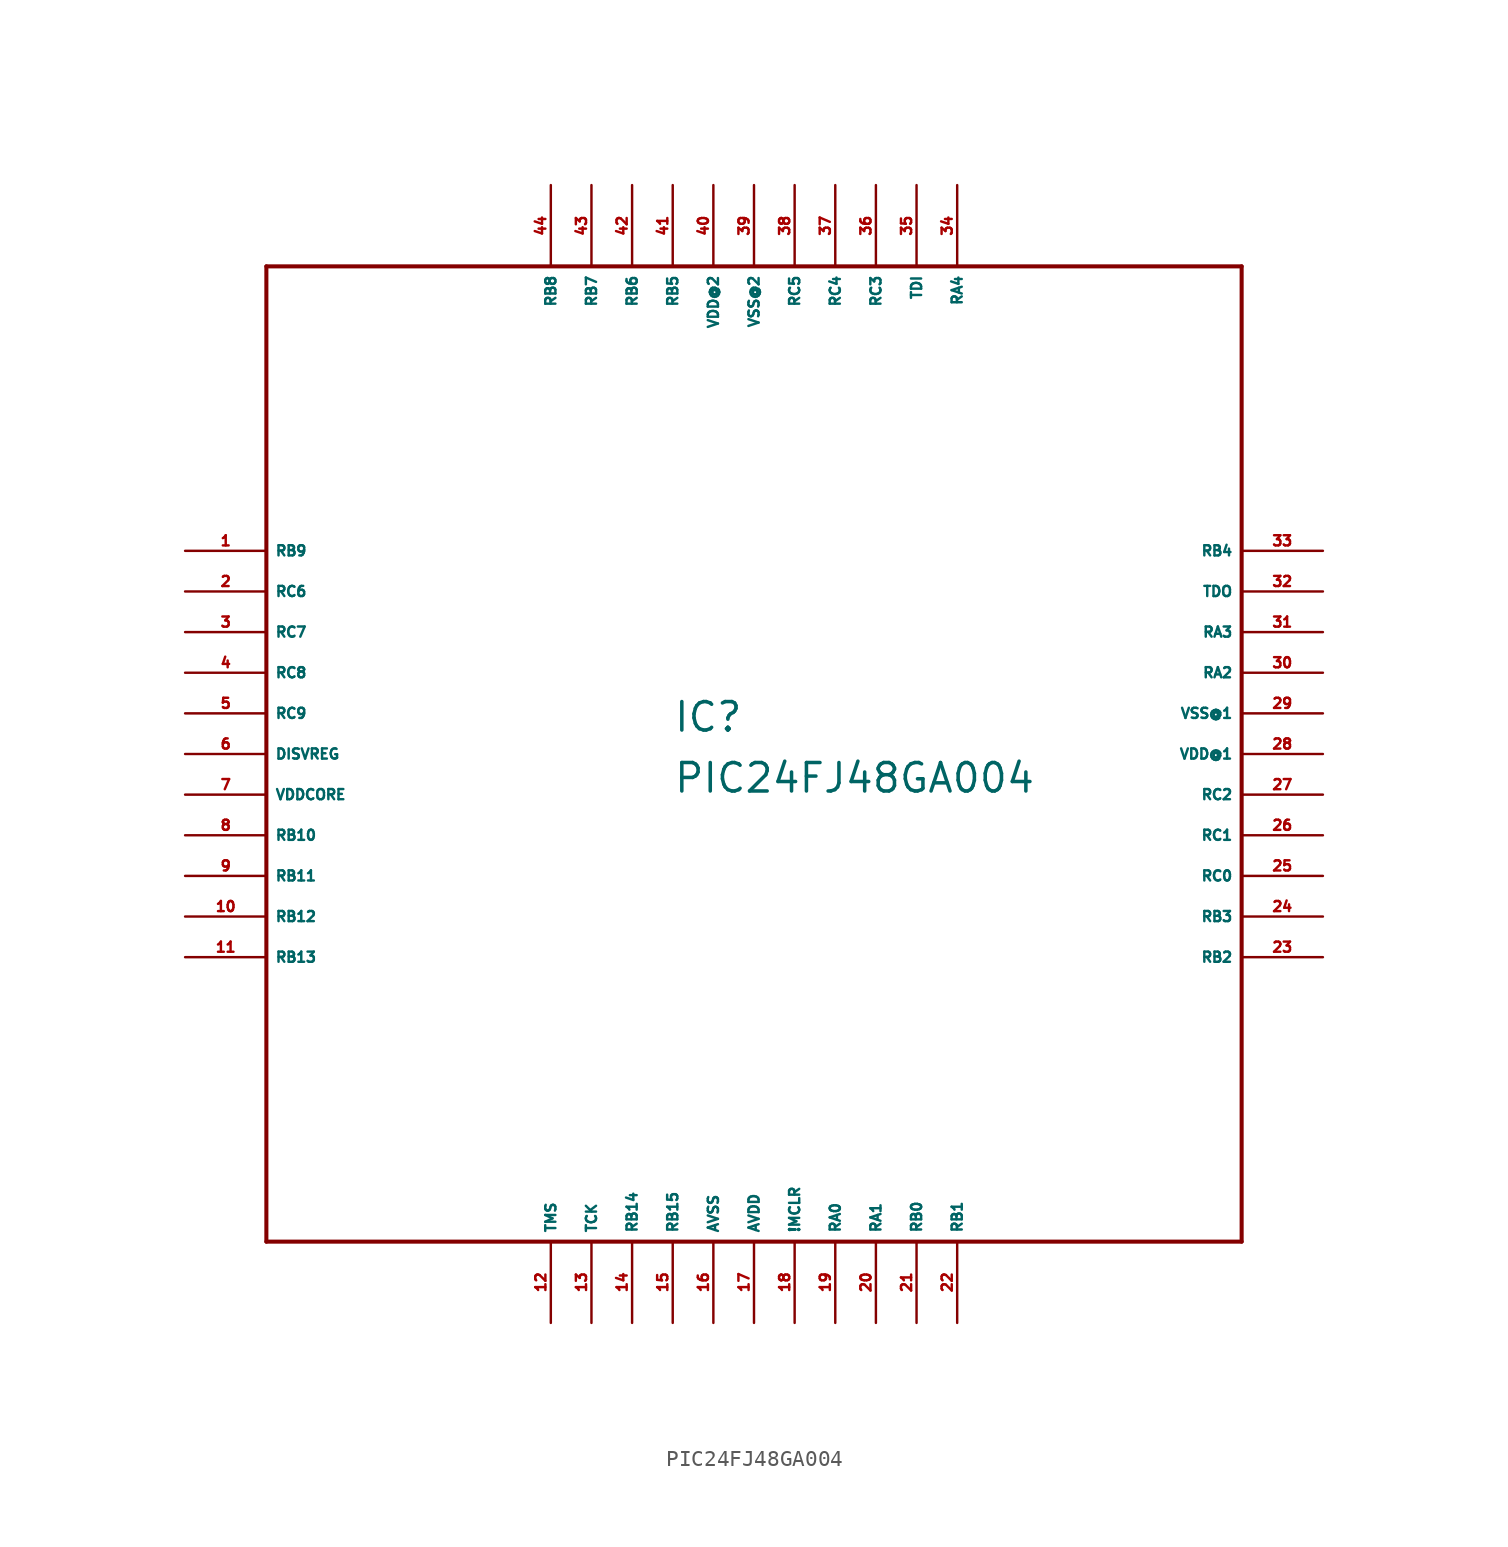
<source format=kicad_sym>
(kicad_symbol_lib
  (version 20220914)
  (generator Eagle2Kicad)
  (symbol "PIC24FJ48GA004"
    (property "Reference" "IC"
      (at -5.08 1.27 0)
      (effects (font (size 1.778 1.778) (thickness 0.22)) (justify left bottom)))
    (property "Value" "PIC24FJ48GA004"
      (at -5.08 -2.54 0)
      (effects (font (size 1.778 1.778) (thickness 0.22)) (justify left bottom)))
    (polyline
      (pts (xy -30.48 -30.48) (xy 30.48 -30.48))
      (stroke (width 0.254) (type default))
      (fill (type none)))
    (polyline
      (pts (xy 30.48 -30.48) (xy 30.48 30.48))
      (stroke (width 0.254) (type default))
      (fill (type none)))
    (polyline
      (pts (xy 30.48 30.48) (xy -30.48 30.48))
      (stroke (width 0.254) (type default))
      (fill (type none)))
    (polyline
      (pts (xy -30.48 30.48) (xy -30.48 -30.48))
      (stroke (width 0.254) (type default))
      (fill (type none)))
    (pin bidirectional line
      (at -35.56 12.7 0)
      (length 5.08)
      (name "RB9" (effects (font (size 0.635 0.635) (thickness 0.08)) (justify left bottom)))
      (number "1" (effects (font (size 0.635 0.635) (thickness 0.08)) (justify left bottom))))
    (pin bidirectional line
      (at -35.56 10.16 0)
      (length 5.08)
      (name "RC6" (effects (font (size 0.635 0.635) (thickness 0.08)) (justify left bottom)))
      (number "2" (effects (font (size 0.635 0.635) (thickness 0.08)) (justify left bottom))))
    (pin bidirectional line
      (at -35.56 7.62 0)
      (length 5.08)
      (name "RC7" (effects (font (size 0.635 0.635) (thickness 0.08)) (justify left bottom)))
      (number "3" (effects (font (size 0.635 0.635) (thickness 0.08)) (justify left bottom))))
    (pin bidirectional line
      (at -35.56 5.08 0)
      (length 5.08)
      (name "RC8" (effects (font (size 0.635 0.635) (thickness 0.08)) (justify left bottom)))
      (number "4" (effects (font (size 0.635 0.635) (thickness 0.08)) (justify left bottom))))
    (pin bidirectional line
      (at -35.56 2.54 0)
      (length 5.08)
      (name "RC9" (effects (font (size 0.635 0.635) (thickness 0.08)) (justify left bottom)))
      (number "5" (effects (font (size 0.635 0.635) (thickness 0.08)) (justify left bottom))))
    (pin passive line
      (at -35.56 0 0)
      (length 5.08)
      (name "DISVREG" (effects (font (size 0.635 0.635) (thickness 0.08)) (justify left bottom)))
      (number "6" (effects (font (size 0.635 0.635) (thickness 0.08)) (justify left bottom))))
    (pin unspecified line
      (at -35.56 -2.54 0)
      (length 5.08)
      (name "VDDCORE" (effects (font (size 0.635 0.635) (thickness 0.08)) (justify left bottom)))
      (number "7" (effects (font (size 0.635 0.635) (thickness 0.08)) (justify left bottom))))
    (pin bidirectional line
      (at -35.56 -5.08 0)
      (length 5.08)
      (name "RB10" (effects (font (size 0.635 0.635) (thickness 0.08)) (justify left bottom)))
      (number "8" (effects (font (size 0.635 0.635) (thickness 0.08)) (justify left bottom))))
    (pin bidirectional line
      (at -35.56 -7.62 0)
      (length 5.08)
      (name "RB11" (effects (font (size 0.635 0.635) (thickness 0.08)) (justify left bottom)))
      (number "9" (effects (font (size 0.635 0.635) (thickness 0.08)) (justify left bottom))))
    (pin bidirectional line
      (at -35.56 -10.16 0)
      (length 5.08)
      (name "RB12" (effects (font (size 0.635 0.635) (thickness 0.08)) (justify left bottom)))
      (number "10" (effects (font (size 0.635 0.635) (thickness 0.08)) (justify left bottom))))
    (pin bidirectional line
      (at -35.56 -12.7 0)
      (length 5.08)
      (name "RB13" (effects (font (size 0.635 0.635) (thickness 0.08)) (justify left bottom)))
      (number "11" (effects (font (size 0.635 0.635) (thickness 0.08)) (justify left bottom))))
    (pin input line
      (at -12.7 -35.56 90)
      (length 5.08)
      (name "TMS" (effects (font (size 0.635 0.635) (thickness 0.08)) (justify left bottom)))
      (number "12" (effects (font (size 0.635 0.635) (thickness 0.08)) (justify left bottom))))
    (pin input line
      (at -10.16 -35.56 90)
      (length 5.08)
      (name "TCK" (effects (font (size 0.635 0.635) (thickness 0.08)) (justify left bottom)))
      (number "13" (effects (font (size 0.635 0.635) (thickness 0.08)) (justify left bottom))))
    (pin bidirectional line
      (at -7.62 -35.56 90)
      (length 5.08)
      (name "RB14" (effects (font (size 0.635 0.635) (thickness 0.08)) (justify left bottom)))
      (number "14" (effects (font (size 0.635 0.635) (thickness 0.08)) (justify left bottom))))
    (pin bidirectional line
      (at -5.08 -35.56 90)
      (length 5.08)
      (name "RB15" (effects (font (size 0.635 0.635) (thickness 0.08)) (justify left bottom)))
      (number "15" (effects (font (size 0.635 0.635) (thickness 0.08)) (justify left bottom))))
    (pin unspecified line
      (at -2.54 -35.56 90)
      (length 5.08)
      (name "AVSS" (effects (font (size 0.635 0.635) (thickness 0.08)) (justify left bottom)))
      (number "16" (effects (font (size 0.635 0.635) (thickness 0.08)) (justify left bottom))))
    (pin unspecified line
      (at 0 -35.56 90)
      (length 5.08)
      (name "AVDD" (effects (font (size 0.635 0.635) (thickness 0.08)) (justify left bottom)))
      (number "17" (effects (font (size 0.635 0.635) (thickness 0.08)) (justify left bottom))))
    (pin bidirectional line
      (at 2.54 -35.56 90)
      (length 5.08)
      (name "!MCLR" (effects (font (size 0.635 0.635) (thickness 0.08)) (justify left bottom)))
      (number "18" (effects (font (size 0.635 0.635) (thickness 0.08)) (justify left bottom))))
    (pin bidirectional line
      (at 5.08 -35.56 90)
      (length 5.08)
      (name "RA0" (effects (font (size 0.635 0.635) (thickness 0.08)) (justify left bottom)))
      (number "19" (effects (font (size 0.635 0.635) (thickness 0.08)) (justify left bottom))))
    (pin bidirectional line
      (at 7.62 -35.56 90)
      (length 5.08)
      (name "RA1" (effects (font (size 0.635 0.635) (thickness 0.08)) (justify left bottom)))
      (number "20" (effects (font (size 0.635 0.635) (thickness 0.08)) (justify left bottom))))
    (pin bidirectional line
      (at 10.16 -35.56 90)
      (length 5.08)
      (name "RB0" (effects (font (size 0.635 0.635) (thickness 0.08)) (justify left bottom)))
      (number "21" (effects (font (size 0.635 0.635) (thickness 0.08)) (justify left bottom))))
    (pin bidirectional line
      (at 12.7 -35.56 90)
      (length 5.08)
      (name "RB1" (effects (font (size 0.635 0.635) (thickness 0.08)) (justify left bottom)))
      (number "22" (effects (font (size 0.635 0.635) (thickness 0.08)) (justify left bottom))))
    (pin bidirectional line
      (at 35.56 -12.7 180)
      (length 5.08)
      (name "RB2" (effects (font (size 0.635 0.635) (thickness 0.08)) (justify left bottom)))
      (number "23" (effects (font (size 0.635 0.635) (thickness 0.08)) (justify left bottom))))
    (pin bidirectional line
      (at 35.56 -10.16 180)
      (length 5.08)
      (name "RB3" (effects (font (size 0.635 0.635) (thickness 0.08)) (justify left bottom)))
      (number "24" (effects (font (size 0.635 0.635) (thickness 0.08)) (justify left bottom))))
    (pin bidirectional line
      (at 35.56 -7.62 180)
      (length 5.08)
      (name "RC0" (effects (font (size 0.635 0.635) (thickness 0.08)) (justify left bottom)))
      (number "25" (effects (font (size 0.635 0.635) (thickness 0.08)) (justify left bottom))))
    (pin bidirectional line
      (at 35.56 -5.08 180)
      (length 5.08)
      (name "RC1" (effects (font (size 0.635 0.635) (thickness 0.08)) (justify left bottom)))
      (number "26" (effects (font (size 0.635 0.635) (thickness 0.08)) (justify left bottom))))
    (pin bidirectional line
      (at 35.56 -2.54 180)
      (length 5.08)
      (name "RC2" (effects (font (size 0.635 0.635) (thickness 0.08)) (justify left bottom)))
      (number "27" (effects (font (size 0.635 0.635) (thickness 0.08)) (justify left bottom))))
    (pin unspecified line
      (at 35.56 0 180)
      (length 5.08)
      (name "VDD@1" (effects (font (size 0.635 0.635) (thickness 0.08)) (justify left bottom)))
      (number "28" (effects (font (size 0.635 0.635) (thickness 0.08)) (justify left bottom))))
    (pin unspecified line
      (at 35.56 2.54 180)
      (length 5.08)
      (name "VSS@1" (effects (font (size 0.635 0.635) (thickness 0.08)) (justify left bottom)))
      (number "29" (effects (font (size 0.635 0.635) (thickness 0.08)) (justify left bottom))))
    (pin bidirectional line
      (at 35.56 5.08 180)
      (length 5.08)
      (name "RA2" (effects (font (size 0.635 0.635) (thickness 0.08)) (justify left bottom)))
      (number "30" (effects (font (size 0.635 0.635) (thickness 0.08)) (justify left bottom))))
    (pin bidirectional line
      (at 35.56 7.62 180)
      (length 5.08)
      (name "RA3" (effects (font (size 0.635 0.635) (thickness 0.08)) (justify left bottom)))
      (number "31" (effects (font (size 0.635 0.635) (thickness 0.08)) (justify left bottom))))
    (pin output line
      (at 35.56 10.16 180)
      (length 5.08)
      (name "TDO" (effects (font (size 0.635 0.635) (thickness 0.08)) (justify left bottom)))
      (number "32" (effects (font (size 0.635 0.635) (thickness 0.08)) (justify left bottom))))
    (pin bidirectional line
      (at 35.56 12.7 180)
      (length 5.08)
      (name "RB4" (effects (font (size 0.635 0.635) (thickness 0.08)) (justify left bottom)))
      (number "33" (effects (font (size 0.635 0.635) (thickness 0.08)) (justify left bottom))))
    (pin bidirectional line
      (at 12.7 35.56 270)
      (length 5.08)
      (name "RA4" (effects (font (size 0.635 0.635) (thickness 0.08)) (justify left bottom)))
      (number "34" (effects (font (size 0.635 0.635) (thickness 0.08)) (justify left bottom))))
    (pin input line
      (at 10.16 35.56 270)
      (length 5.08)
      (name "TDI" (effects (font (size 0.635 0.635) (thickness 0.08)) (justify left bottom)))
      (number "35" (effects (font (size 0.635 0.635) (thickness 0.08)) (justify left bottom))))
    (pin bidirectional line
      (at 7.62 35.56 270)
      (length 5.08)
      (name "RC3" (effects (font (size 0.635 0.635) (thickness 0.08)) (justify left bottom)))
      (number "36" (effects (font (size 0.635 0.635) (thickness 0.08)) (justify left bottom))))
    (pin bidirectional line
      (at 5.08 35.56 270)
      (length 5.08)
      (name "RC4" (effects (font (size 0.635 0.635) (thickness 0.08)) (justify left bottom)))
      (number "37" (effects (font (size 0.635 0.635) (thickness 0.08)) (justify left bottom))))
    (pin bidirectional line
      (at 2.54 35.56 270)
      (length 5.08)
      (name "RC5" (effects (font (size 0.635 0.635) (thickness 0.08)) (justify left bottom)))
      (number "38" (effects (font (size 0.635 0.635) (thickness 0.08)) (justify left bottom))))
    (pin unspecified line
      (at 0 35.56 270)
      (length 5.08)
      (name "VSS@2" (effects (font (size 0.635 0.635) (thickness 0.08)) (justify left bottom)))
      (number "39" (effects (font (size 0.635 0.635) (thickness 0.08)) (justify left bottom))))
    (pin unspecified line
      (at -2.54 35.56 270)
      (length 5.08)
      (name "VDD@2" (effects (font (size 0.635 0.635) (thickness 0.08)) (justify left bottom)))
      (number "40" (effects (font (size 0.635 0.635) (thickness 0.08)) (justify left bottom))))
    (pin bidirectional line
      (at -5.08 35.56 270)
      (length 5.08)
      (name "RB5" (effects (font (size 0.635 0.635) (thickness 0.08)) (justify left bottom)))
      (number "41" (effects (font (size 0.635 0.635) (thickness 0.08)) (justify left bottom))))
    (pin bidirectional line
      (at -7.62 35.56 270)
      (length 5.08)
      (name "RB6" (effects (font (size 0.635 0.635) (thickness 0.08)) (justify left bottom)))
      (number "42" (effects (font (size 0.635 0.635) (thickness 0.08)) (justify left bottom))))
    (pin bidirectional line
      (at -10.16 35.56 270)
      (length 5.08)
      (name "RB7" (effects (font (size 0.635 0.635) (thickness 0.08)) (justify left bottom)))
      (number "43" (effects (font (size 0.635 0.635) (thickness 0.08)) (justify left bottom))))
    (pin bidirectional line
      (at -12.7 35.56 270)
      (length 5.08)
      (name "RB8" (effects (font (size 0.635 0.635) (thickness 0.08)) (justify left bottom)))
      (number "44" (effects (font (size 0.635 0.635) (thickness 0.08)) (justify left bottom))))))
</source>
